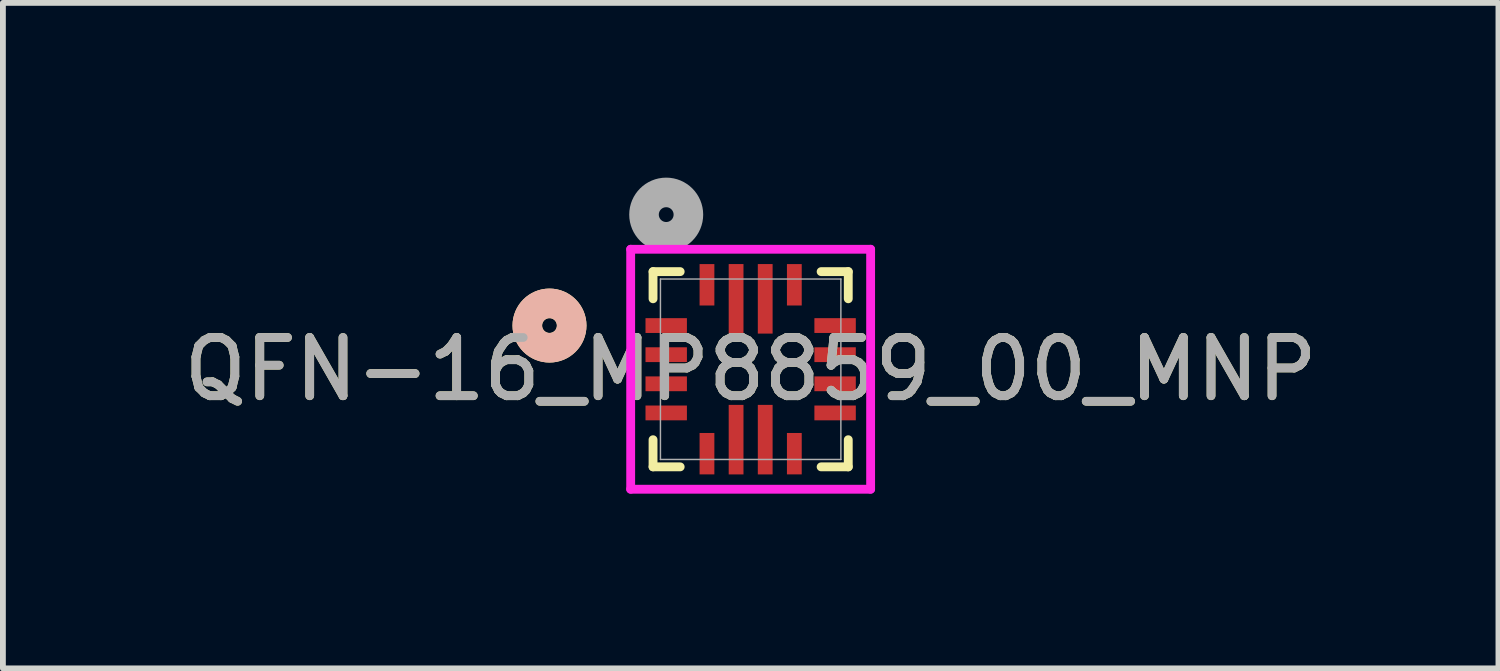
<source format=kicad_pcb>
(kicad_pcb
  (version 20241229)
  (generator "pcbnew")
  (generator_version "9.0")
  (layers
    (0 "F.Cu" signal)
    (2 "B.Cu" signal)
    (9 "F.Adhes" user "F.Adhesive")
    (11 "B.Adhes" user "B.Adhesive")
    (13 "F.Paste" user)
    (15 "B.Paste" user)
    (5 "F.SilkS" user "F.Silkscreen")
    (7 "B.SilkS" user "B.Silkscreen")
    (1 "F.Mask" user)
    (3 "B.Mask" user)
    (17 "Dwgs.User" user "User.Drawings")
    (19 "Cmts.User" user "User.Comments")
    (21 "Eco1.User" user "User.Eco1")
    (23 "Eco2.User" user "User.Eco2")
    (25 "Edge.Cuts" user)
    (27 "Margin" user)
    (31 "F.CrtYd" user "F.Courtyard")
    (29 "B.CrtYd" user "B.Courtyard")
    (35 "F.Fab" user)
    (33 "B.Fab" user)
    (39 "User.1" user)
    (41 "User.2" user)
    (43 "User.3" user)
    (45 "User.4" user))
  (footprint "QFN-16_MP8859_00_MNP"
    (layer "F.Cu")
    (at 9.839 3.29)
    (property "Reference" "QFN-16_MP8859_00_MNP" (at 0 0 0) (unlocked yes) (layer "F.SilkS") (effects (font (size 1 1) (thickness 0.15))))
    (attr smd)
    (fp_line (start -1.676 -1.676) (end -1.676 -1.21) (stroke (width 0.152) (type solid)) (layer "F.SilkS"))
    (fp_line (start -1.676 1.21) (end -1.676 1.676) (stroke (width 0.152) (type solid)) (layer "F.SilkS"))
    (fp_line (start -1.676 1.676) (end -1.21 1.676) (stroke (width 0.152) (type solid)) (layer "F.SilkS"))
    (fp_line (start -1.21 -1.676) (end -1.676 -1.676) (stroke (width 0.152) (type solid)) (layer "F.SilkS"))
    (fp_line (start 1.21 1.676) (end 1.676 1.676) (stroke (width 0.152) (type solid)) (layer "F.SilkS"))
    (fp_line (start 1.676 -1.676) (end 1.21 -1.676) (stroke (width 0.152) (type solid)) (layer "F.SilkS"))
    (fp_line (start 1.676 -1.21) (end 1.676 -1.676) (stroke (width 0.152) (type solid)) (layer "F.SilkS"))
    (fp_line (start 1.676 1.676) (end 1.676 1.21) (stroke (width 0.152) (type solid)) (layer "F.SilkS"))
    (fp_circle (center -3.454 -0.75) (end -3.073 -0.75) (stroke (width 0.508) (type solid)) (fill no) (layer "F.SilkS"))
    (fp_circle (center -3.454 -0.75) (end -3.073 -0.75) (stroke (width 0.508) (type solid)) (fill no) (layer "B.SilkS"))
    (fp_line (start -2.06 -2.06) (end -2.06 2.06) (stroke (width 0.152) (type solid)) (layer "F.CrtYd"))
    (fp_line (start -2.06 2.06) (end 2.06 2.06) (stroke (width 0.152) (type solid)) (layer "F.CrtYd"))
    (fp_line (start 2.06 -2.06) (end -2.06 -2.06) (stroke (width 0.152) (type solid)) (layer "F.CrtYd"))
    (fp_line (start 2.06 2.06) (end 2.06 -2.06) (stroke (width 0.152) (type solid)) (layer "F.CrtYd"))
    (fp_line (start -1.549 -1.549) (end -1.549 1.549) (stroke (width 0.025) (type solid)) (layer "F.Fab"))
    (fp_line (start -1.549 1.549) (end 1.549 1.549) (stroke (width 0.025) (type solid)) (layer "F.Fab"))
    (fp_line (start 1.549 -1.549) (end -1.549 -1.549) (stroke (width 0.025) (type solid)) (layer "F.Fab"))
    (fp_line (start 1.549 1.549) (end 1.549 -1.549) (stroke (width 0.025) (type solid)) (layer "F.Fab"))
    (fp_circle (center -1.45 -2.655) (end -1.069 -2.655) (stroke (width 0.508) (type solid)) (fill no) (layer "F.Fab"))
    (fp_text user "${REFERENCE}" (at 0 0 0) (unlocked yes) (layer "F.Fab") (effects (font (size 1 1) (thickness 0.15))))
    (pad "1" smd rect (at -1.45 -0.75) (size 0.711 0.254) (layers "F.Cu" "F.Mask" "F.Paste"))
    (pad "2" smd rect (at -1.45 -0.25) (size 0.711 0.254) (layers "F.Cu" "F.Mask" "F.Paste"))
    (pad "3" smd rect (at -1.45 0.25) (size 0.711 0.254) (layers "F.Cu" "F.Mask" "F.Paste"))
    (pad "4" smd rect (at -1.45 0.75) (size 0.711 0.254) (layers "F.Cu" "F.Mask" "F.Paste"))
    (pad "5" smd rect (at -0.75 1.45) (size 0.254 0.711) (layers "F.Cu" "F.Mask" "F.Paste"))
    (pad "6" smd rect (at -0.25 1.209) (size 0.254 1.194) (layers "F.Cu" "F.Mask" "F.Paste"))
    (pad "7" smd rect (at 0.25 1.209) (size 0.254 1.194) (layers "F.Cu" "F.Mask" "F.Paste"))
    (pad "8" smd rect (at 0.75 1.45) (size 0.254 0.711) (layers "F.Cu" "F.Mask" "F.Paste"))
    (pad "9" smd rect (at 1.45 0.75) (size 0.711 0.254) (layers "F.Cu" "F.Mask" "F.Paste"))
    (pad "10" smd rect (at 1.45 0.25) (size 0.711 0.254) (layers "F.Cu" "F.Mask" "F.Paste"))
    (pad "11" smd rect (at 1.45 -0.25) (size 0.711 0.254) (layers "F.Cu" "F.Mask" "F.Paste"))
    (pad "12" smd rect (at 1.45 -0.75) (size 0.711 0.254) (layers "F.Cu" "F.Mask" "F.Paste"))
    (pad "13" smd rect (at 0.75 -1.45) (size 0.254 0.711) (layers "F.Cu" "F.Mask" "F.Paste"))
    (pad "14" smd rect (at 0.25 -1.209) (size 0.254 1.194) (layers "F.Cu" "F.Mask" "F.Paste"))
    (pad "15" smd rect (at -0.25 -1.209) (size 0.254 1.194) (layers "F.Cu" "F.Mask" "F.Paste"))
    (pad "16" smd rect (at -0.75 -1.45) (size 0.254 0.711) (layers "F.Cu" "F.Mask" "F.Paste")))
  (gr_rect
    (start -3 -3)
    (end 22.679 8.426)
    (stroke (width 0.1) (type default))
    (fill no)
    (layer "Edge.Cuts")))
</source>
